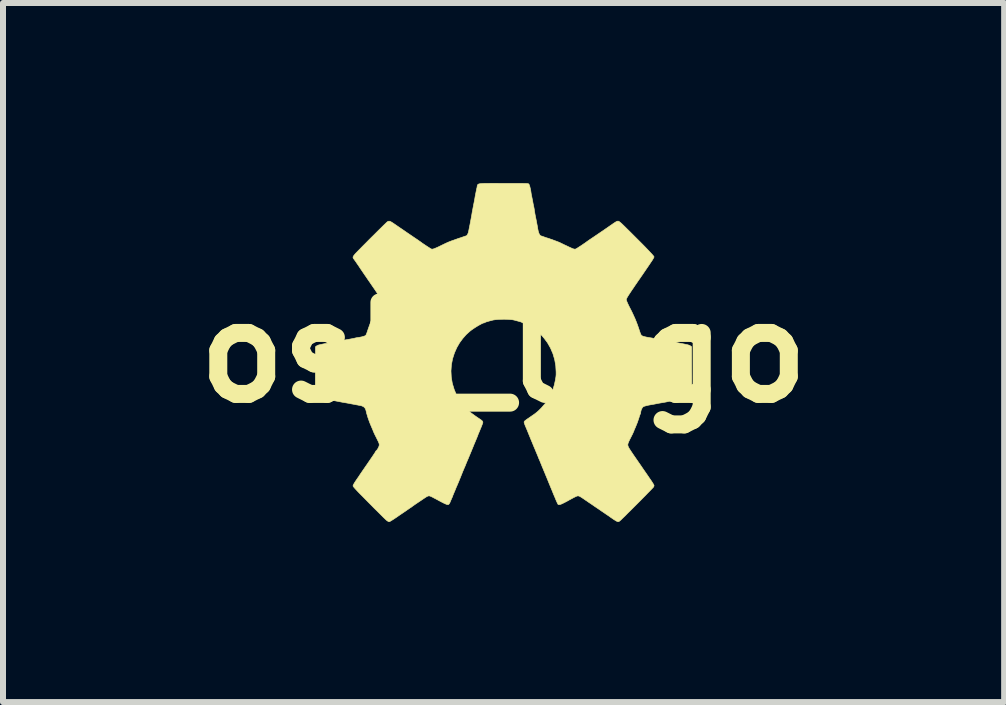
<source format=kicad_pcb>
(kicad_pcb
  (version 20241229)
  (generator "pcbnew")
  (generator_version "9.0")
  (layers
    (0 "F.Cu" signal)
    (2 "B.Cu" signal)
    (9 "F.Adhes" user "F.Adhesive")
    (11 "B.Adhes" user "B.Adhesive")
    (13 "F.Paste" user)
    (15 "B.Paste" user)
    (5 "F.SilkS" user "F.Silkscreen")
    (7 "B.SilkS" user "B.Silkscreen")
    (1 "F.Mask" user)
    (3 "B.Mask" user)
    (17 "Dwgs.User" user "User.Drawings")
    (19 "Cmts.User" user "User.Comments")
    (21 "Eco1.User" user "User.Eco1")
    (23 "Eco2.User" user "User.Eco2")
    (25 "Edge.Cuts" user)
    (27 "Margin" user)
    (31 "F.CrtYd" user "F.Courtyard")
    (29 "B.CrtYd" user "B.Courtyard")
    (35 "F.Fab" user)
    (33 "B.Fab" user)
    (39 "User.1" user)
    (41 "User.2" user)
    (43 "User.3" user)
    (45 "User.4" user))
  (footprint "osh_logo"
    (layer "F.Cu")
    (at 5.341 2.825)
    (property "Reference" "osh_logo" (at 0 0 0) (layer "F.SilkS") (effects (font (size 1.524 1.524) (thickness 0.3))))
    (attr through_hole)
    (fp_poly (pts (xy -0.133 -2.82) (xy -0.057 -2.819) (xy 0 -2.819) (xy 0.082 -2.819) (xy 0.153 -2.819) (xy 0.213 -2.819) (xy 0.263 -2.819) (xy 0.304 -2.819) (xy 0.336 -2.818) (xy 0.362 -2.818) (xy 0.382 -2.817) (xy 0.396 -2.816) (xy 0.407 -2.814) (xy 0.413 -2.813) (xy 0.418 -2.811) (xy 0.421 -2.808) (xy 0.422 -2.807) (xy 0.429 -2.794) (xy 0.437 -2.77) (xy 0.445 -2.738) (xy 0.453 -2.702) (xy 0.457 -2.673) (xy 0.461 -2.646) (xy 0.466 -2.617) (xy 0.469 -2.607) (xy 0.473 -2.585) (xy 0.479 -2.556) (xy 0.485 -2.526) (xy 0.486 -2.521) (xy 0.491 -2.491) (xy 0.497 -2.462) (xy 0.502 -2.438) (xy 0.503 -2.435) (xy 0.508 -2.409) (xy 0.513 -2.38) (xy 0.514 -2.369) (xy 0.517 -2.352) (xy 0.52 -2.334) (xy 0.523 -2.313) (xy 0.528 -2.287) (xy 0.535 -2.252) (xy 0.543 -2.213) (xy 0.555 -2.149) (xy 0.565 -2.098) (xy 0.571 -2.058) (xy 0.572 -2.054) (xy 0.579 -2.02) (xy 0.589 -1.989) (xy 0.601 -1.965) (xy 0.614 -1.949) (xy 0.626 -1.943) (xy 0.637 -1.941) (xy 0.654 -1.935) (xy 0.655 -1.934) (xy 0.673 -1.928) (xy 0.696 -1.919) (xy 0.718 -1.912) (xy 0.742 -1.905) (xy 0.763 -1.898) (xy 0.785 -1.89) (xy 0.812 -1.881) (xy 0.846 -1.868) (xy 0.854 -1.865) (xy 0.879 -1.856) (xy 0.899 -1.848) (xy 0.918 -1.841) (xy 0.937 -1.833) (xy 0.959 -1.822) (xy 0.986 -1.809) (xy 1.021 -1.792) (xy 1.041 -1.783) (xy 1.087 -1.761) (xy 1.122 -1.745) (xy 1.149 -1.733) (xy 1.17 -1.726) (xy 1.185 -1.723) (xy 1.197 -1.724) (xy 1.206 -1.727) (xy 1.207 -1.727) (xy 1.218 -1.734) (xy 1.236 -1.745) (xy 1.259 -1.76) (xy 1.284 -1.776) (xy 1.31 -1.793) (xy 1.334 -1.81) (xy 1.354 -1.823) (xy 1.367 -1.832) (xy 1.372 -1.836) (xy 1.378 -1.84) (xy 1.392 -1.851) (xy 1.414 -1.866) (xy 1.441 -1.885) (xy 1.467 -1.902) (xy 1.532 -1.946) (xy 1.588 -1.984) (xy 1.635 -2.016) (xy 1.675 -2.043) (xy 1.708 -2.066) (xy 1.736 -2.085) (xy 1.76 -2.102) (xy 1.78 -2.116) (xy 1.798 -2.128) (xy 1.815 -2.14) (xy 1.824 -2.147) (xy 1.855 -2.167) (xy 1.877 -2.181) (xy 1.894 -2.188) (xy 1.907 -2.19) (xy 1.907 -2.19) (xy 1.914 -2.189) (xy 1.922 -2.186) (xy 1.932 -2.179) (xy 1.946 -2.168) (xy 1.965 -2.152) (xy 1.989 -2.129) (xy 2.02 -2.099) (xy 2.054 -2.065) (xy 2.124 -1.996) (xy 2.19 -1.93) (xy 2.251 -1.869) (xy 2.307 -1.813) (xy 2.357 -1.762) (xy 2.4 -1.717) (xy 2.437 -1.678) (xy 2.467 -1.646) (xy 2.489 -1.621) (xy 2.503 -1.604) (xy 2.508 -1.595) (xy 2.508 -1.595) (xy 2.505 -1.585) (xy 2.495 -1.567) (xy 2.482 -1.544) (xy 2.468 -1.523) (xy 2.451 -1.498) (xy 2.429 -1.465) (xy 2.404 -1.428) (xy 2.378 -1.39) (xy 2.359 -1.362) (xy 2.335 -1.327) (xy 2.312 -1.293) (xy 2.291 -1.263) (xy 2.274 -1.238) (xy 2.263 -1.222) (xy 2.252 -1.207) (xy 2.235 -1.182) (xy 2.214 -1.151) (xy 2.189 -1.115) (xy 2.163 -1.076) (xy 2.14 -1.043) (xy 2.109 -0.996) (xy 2.084 -0.958) (xy 2.066 -0.929) (xy 2.054 -0.907) (xy 2.047 -0.892) (xy 2.045 -0.883) (xy 2.048 -0.87) (xy 2.056 -0.848) (xy 2.069 -0.818) (xy 2.086 -0.782) (xy 2.1 -0.754) (xy 2.136 -0.684) (xy 2.165 -0.622) (xy 2.191 -0.565) (xy 2.213 -0.511) (xy 2.233 -0.458) (xy 2.251 -0.406) (xy 2.264 -0.367) (xy 2.274 -0.337) (xy 2.282 -0.316) (xy 2.288 -0.302) (xy 2.294 -0.292) (xy 2.299 -0.286) (xy 2.305 -0.281) (xy 2.322 -0.273) (xy 2.349 -0.265) (xy 2.384 -0.257) (xy 2.424 -0.25) (xy 2.435 -0.248) (xy 2.462 -0.244) (xy 2.489 -0.239) (xy 2.502 -0.236) (xy 2.521 -0.232) (xy 2.548 -0.227) (xy 2.579 -0.221) (xy 2.591 -0.219) (xy 2.624 -0.213) (xy 2.658 -0.207) (xy 2.688 -0.202) (xy 2.696 -0.2) (xy 2.759 -0.188) (xy 2.81 -0.178) (xy 2.849 -0.172) (xy 2.854 -0.171) (xy 2.882 -0.167) (xy 2.918 -0.16) (xy 2.959 -0.152) (xy 3.001 -0.144) (xy 3.04 -0.136) (xy 3.071 -0.129) (xy 3.081 -0.126) (xy 3.101 -0.119) (xy 3.118 -0.109) (xy 3.119 -0.108) (xy 3.134 -0.096) (xy 3.135 0.31) (xy 3.136 0.395) (xy 3.136 0.468) (xy 3.137 0.53) (xy 3.136 0.582) (xy 3.136 0.626) (xy 3.135 0.661) (xy 3.133 0.688) (xy 3.13 0.709) (xy 3.126 0.725) (xy 3.121 0.736) (xy 3.115 0.744) (xy 3.107 0.748) (xy 3.098 0.751) (xy 3.087 0.753) (xy 3.074 0.754) (xy 3.065 0.756) (xy 3.035 0.761) (xy 3.003 0.767) (xy 2.98 0.772) (xy 2.956 0.777) (xy 2.936 0.78) (xy 2.924 0.781) (xy 2.909 0.783) (xy 2.888 0.787) (xy 2.872 0.79) (xy 2.847 0.796) (xy 2.816 0.803) (xy 2.785 0.809) (xy 2.784 0.809) (xy 2.754 0.814) (xy 2.722 0.821) (xy 2.696 0.826) (xy 2.696 0.826) (xy 2.668 0.831) (xy 2.64 0.836) (xy 2.626 0.838) (xy 2.603 0.842) (xy 2.574 0.847) (xy 2.546 0.853) (xy 2.515 0.859) (xy 2.482 0.865) (xy 2.457 0.869) (xy 2.41 0.878) (xy 2.374 0.887) (xy 2.348 0.894) (xy 2.33 0.902) (xy 2.32 0.91) (xy 2.307 0.929) (xy 2.295 0.954) (xy 2.288 0.98) (xy 2.286 0.995) (xy 2.283 1.013) (xy 2.277 1.028) (xy 2.271 1.043) (xy 2.263 1.065) (xy 2.258 1.083) (xy 2.231 1.163) (xy 2.197 1.247) (xy 2.19 1.262) (xy 2.181 1.283) (xy 2.174 1.3) (xy 2.172 1.308) (xy 2.172 1.308) (xy 2.169 1.316) (xy 2.161 1.332) (xy 2.15 1.357) (xy 2.135 1.386) (xy 2.12 1.416) (xy 2.101 1.453) (xy 2.088 1.481) (xy 2.079 1.502) (xy 2.074 1.517) (xy 2.071 1.529) (xy 2.071 1.54) (xy 2.072 1.545) (xy 2.073 1.554) (xy 2.077 1.564) (xy 2.082 1.577) (xy 2.091 1.593) (xy 2.104 1.614) (xy 2.121 1.64) (xy 2.143 1.673) (xy 2.17 1.713) (xy 2.204 1.762) (xy 2.237 1.81) (xy 2.289 1.885) (xy 2.334 1.951) (xy 2.373 2.007) (xy 2.406 2.055) (xy 2.433 2.095) (xy 2.456 2.128) (xy 2.474 2.155) (xy 2.487 2.176) (xy 2.497 2.192) (xy 2.503 2.204) (xy 2.507 2.211) (xy 2.508 2.216) (xy 2.508 2.216) (xy 2.505 2.229) (xy 2.5 2.24) (xy 2.494 2.247) (xy 2.48 2.262) (xy 2.459 2.284) (xy 2.432 2.312) (xy 2.399 2.345) (xy 2.363 2.383) (xy 2.323 2.423) (xy 2.281 2.466) (xy 2.238 2.509) (xy 2.194 2.553) (xy 2.15 2.597) (xy 2.109 2.638) (xy 2.069 2.677) (xy 2.034 2.713) (xy 2.002 2.744) (xy 1.976 2.769) (xy 1.957 2.788) (xy 1.944 2.799) (xy 1.942 2.801) (xy 1.932 2.809) (xy 1.924 2.815) (xy 1.915 2.818) (xy 1.905 2.818) (xy 1.893 2.814) (xy 1.876 2.806) (xy 1.855 2.793) (xy 1.827 2.775) (xy 1.791 2.75) (xy 1.747 2.719) (xy 1.737 2.712) (xy 1.707 2.692) (xy 1.674 2.669) (xy 1.644 2.649) (xy 1.638 2.645) (xy 1.617 2.63) (xy 1.589 2.611) (xy 1.555 2.588) (xy 1.519 2.564) (xy 1.489 2.543) (xy 1.454 2.519) (xy 1.418 2.495) (xy 1.385 2.472) (xy 1.358 2.454) (xy 1.341 2.442) (xy 1.307 2.419) (xy 1.281 2.403) (xy 1.262 2.393) (xy 1.247 2.389) (xy 1.239 2.388) (xy 1.226 2.391) (xy 1.207 2.398) (xy 1.183 2.41) (xy 1.172 2.415) (xy 1.143 2.431) (xy 1.113 2.447) (xy 1.087 2.461) (xy 1.083 2.464) (xy 1.038 2.488) (xy 1.003 2.506) (xy 0.976 2.519) (xy 0.955 2.528) (xy 0.938 2.533) (xy 0.925 2.534) (xy 0.919 2.534) (xy 0.916 2.534) (xy 0.913 2.533) (xy 0.91 2.531) (xy 0.906 2.526) (xy 0.902 2.518) (xy 0.896 2.506) (xy 0.888 2.489) (xy 0.878 2.467) (xy 0.866 2.438) (xy 0.851 2.402) (xy 0.832 2.358) (xy 0.811 2.305) (xy 0.785 2.243) (xy 0.755 2.17) (xy 0.734 2.118) (xy 0.716 2.074) (xy 0.699 2.034) (xy 0.685 1.999) (xy 0.673 1.971) (xy 0.665 1.951) (xy 0.66 1.94) (xy 0.66 1.94) (xy 0.656 1.929) (xy 0.647 1.909) (xy 0.637 1.884) (xy 0.632 1.87) (xy 0.62 1.842) (xy 0.61 1.817) (xy 0.602 1.797) (xy 0.599 1.791) (xy 0.584 1.757) (xy 0.573 1.728) (xy 0.562 1.702) (xy 0.553 1.68) (xy 0.542 1.654) (xy 0.533 1.632) (xy 0.524 1.61) (xy 0.511 1.58) (xy 0.497 1.546) (xy 0.483 1.512) (xy 0.483 1.511) (xy 0.47 1.481) (xy 0.459 1.454) (xy 0.45 1.433) (xy 0.445 1.42) (xy 0.445 1.419) (xy 0.44 1.408) (xy 0.432 1.388) (xy 0.422 1.364) (xy 0.419 1.356) (xy 0.407 1.327) (xy 0.393 1.292) (xy 0.378 1.257) (xy 0.371 1.24) (xy 0.359 1.212) (xy 0.35 1.187) (xy 0.344 1.168) (xy 0.343 1.159) (xy 0.345 1.15) (xy 0.353 1.14) (xy 0.369 1.127) (xy 0.393 1.109) (xy 0.395 1.108) (xy 0.442 1.076) (xy 0.479 1.05) (xy 0.51 1.029) (xy 0.535 1.01) (xy 0.556 0.993) (xy 0.575 0.977) (xy 0.594 0.959) (xy 0.614 0.939) (xy 0.63 0.923) (xy 0.69 0.854) (xy 0.743 0.779) (xy 0.788 0.699) (xy 0.823 0.617) (xy 0.847 0.537) (xy 0.857 0.49) (xy 0.865 0.452) (xy 0.87 0.421) (xy 0.874 0.394) (xy 0.876 0.366) (xy 0.876 0.337) (xy 0.876 0.323) (xy 0.87 0.219) (xy 0.852 0.117) (xy 0.823 0.019) (xy 0.782 -0.076) (xy 0.732 -0.164) (xy 0.678 -0.236) (xy 0.643 -0.278) (xy 0.61 -0.312) (xy 0.576 -0.343) (xy 0.539 -0.373) (xy 0.495 -0.404) (xy 0.483 -0.413) (xy 0.46 -0.427) (xy 0.433 -0.443) (xy 0.404 -0.458) (xy 0.376 -0.473) (xy 0.351 -0.485) (xy 0.332 -0.493) (xy 0.322 -0.495) (xy 0.31 -0.499) (xy 0.307 -0.502) (xy 0.298 -0.507) (xy 0.281 -0.513) (xy 0.263 -0.518) (xy 0.237 -0.525) (xy 0.206 -0.533) (xy 0.178 -0.541) (xy 0.147 -0.547) (xy 0.106 -0.551) (xy 0.059 -0.554) (xy 0.009 -0.555) (xy -0.042 -0.554) (xy -0.091 -0.552) (xy -0.134 -0.548) (xy -0.168 -0.543) (xy -0.178 -0.541) (xy -0.208 -0.533) (xy -0.239 -0.525) (xy -0.263 -0.518) (xy -0.284 -0.512) (xy -0.301 -0.506) (xy -0.307 -0.502) (xy -0.319 -0.496) (xy -0.322 -0.495) (xy -0.338 -0.492) (xy -0.361 -0.482) (xy -0.391 -0.466) (xy -0.425 -0.447) (xy -0.461 -0.425) (xy -0.498 -0.401) (xy -0.534 -0.376) (xy -0.562 -0.354) (xy -0.623 -0.299) (xy -0.68 -0.234) (xy -0.733 -0.162) (xy -0.778 -0.084) (xy -0.814 -0.003) (xy -0.816 -0.000298) (xy -0.849 0.102) (xy -0.869 0.205) (xy -0.876 0.308) (xy -0.871 0.41) (xy -0.854 0.512) (xy -0.823 0.614) (xy -0.788 0.699) (xy -0.747 0.774) (xy -0.696 0.848) (xy -0.637 0.916) (xy -0.63 0.923) (xy -0.605 0.948) (xy -0.583 0.97) (xy -0.56 0.989) (xy -0.537 1.009) (xy -0.509 1.029) (xy -0.476 1.053) (xy -0.436 1.081) (xy -0.406 1.101) (xy -0.378 1.12) (xy -0.359 1.135) (xy -0.349 1.148) (xy -0.345 1.159) (xy -0.346 1.172) (xy -0.349 1.18) (xy -0.355 1.197) (xy -0.365 1.223) (xy -0.377 1.253) (xy -0.39 1.284) (xy -0.401 1.311) (xy -0.409 1.33) (xy -0.418 1.35) (xy -0.426 1.371) (xy -0.426 1.372) (xy -0.434 1.393) (xy -0.442 1.413) (xy -0.442 1.413) (xy -0.449 1.43) (xy -0.46 1.456) (xy -0.474 1.49) (xy -0.49 1.527) (xy -0.506 1.567) (xy -0.522 1.606) (xy -0.537 1.643) (xy -0.545 1.661) (xy -0.56 1.698) (xy -0.572 1.727) (xy -0.581 1.748) (xy -0.588 1.766) (xy -0.595 1.782) (xy -0.599 1.791) (xy -0.606 1.807) (xy -0.616 1.831) (xy -0.627 1.857) (xy -0.629 1.864) (xy -0.641 1.893) (xy -0.654 1.922) (xy -0.664 1.947) (xy -0.665 1.949) (xy -0.677 1.976) (xy -0.689 2.006) (xy -0.695 2.022) (xy -0.705 2.046) (xy -0.717 2.077) (xy -0.732 2.113) (xy -0.746 2.148) (xy -0.759 2.179) (xy -0.77 2.203) (xy -0.771 2.207) (xy -0.777 2.221) (xy -0.787 2.243) (xy -0.798 2.27) (xy -0.803 2.283) (xy -0.814 2.31) (xy -0.825 2.335) (xy -0.833 2.354) (xy -0.835 2.36) (xy -0.842 2.375) (xy -0.845 2.384) (xy -0.845 2.384) (xy -0.847 2.392) (xy -0.853 2.407) (xy -0.86 2.421) (xy -0.871 2.447) (xy -0.884 2.476) (xy -0.889 2.49) (xy -0.9 2.513) (xy -0.912 2.528) (xy -0.917 2.532) (xy -0.926 2.534) (xy -0.937 2.533) (xy -0.952 2.529) (xy -0.973 2.52) (xy -1.001 2.507) (xy -1.038 2.488) (xy -1.07 2.471) (xy -1.103 2.453) (xy -1.135 2.436) (xy -1.164 2.421) (xy -1.186 2.409) (xy -1.186 2.409) (xy -1.209 2.398) (xy -1.23 2.39) (xy -1.245 2.388) (xy -1.261 2.392) (xy -1.285 2.404) (xy -1.317 2.425) (xy -1.319 2.426) (xy -1.347 2.445) (xy -1.381 2.468) (xy -1.417 2.492) (xy -1.448 2.513) (xy -1.475 2.531) (xy -1.497 2.547) (xy -1.514 2.559) (xy -1.523 2.565) (xy -1.524 2.566) (xy -1.531 2.572) (xy -1.544 2.581) (xy -1.553 2.586) (xy -1.57 2.598) (xy -1.593 2.614) (xy -1.618 2.631) (xy -1.626 2.637) (xy -1.688 2.679) (xy -1.741 2.715) (xy -1.784 2.745) (xy -1.82 2.769) (xy -1.849 2.788) (xy -1.871 2.801) (xy -1.887 2.811) (xy -1.899 2.817) (xy -1.906 2.819) (xy -1.908 2.819) (xy -1.92 2.815) (xy -1.937 2.805) (xy -1.949 2.796) (xy -1.959 2.787) (xy -1.977 2.77) (xy -2.002 2.746) (xy -2.033 2.715) (xy -2.069 2.679) (xy -2.11 2.638) (xy -2.155 2.594) (xy -2.202 2.546) (xy -2.243 2.505) (xy -2.301 2.446) (xy -2.35 2.396) (xy -2.392 2.354) (xy -2.426 2.319) (xy -2.453 2.29) (xy -2.474 2.267) (xy -2.49 2.249) (xy -2.5 2.236) (xy -2.506 2.227) (xy -2.508 2.222) (xy -2.508 2.222) (xy -2.505 2.209) (xy -2.495 2.19) (xy -2.481 2.166) (xy -2.474 2.155) (xy -2.441 2.106) (xy -2.413 2.066) (xy -2.391 2.032) (xy -2.371 2.003) (xy -2.354 1.978) (xy -2.337 1.953) (xy -2.32 1.929) (xy -2.302 1.902) (xy -2.28 1.871) (xy -2.255 1.834) (xy -2.224 1.789) (xy -2.205 1.761) (xy -2.183 1.729) (xy -2.164 1.7) (xy -2.148 1.677) (xy -2.138 1.66) (xy -2.134 1.652) (xy -2.134 1.652) (xy -2.129 1.643) (xy -2.126 1.64) (xy -2.112 1.627) (xy -2.097 1.606) (xy -2.084 1.581) (xy -2.074 1.558) (xy -2.072 1.546) (xy -2.071 1.535) (xy -2.072 1.523) (xy -2.076 1.51) (xy -2.083 1.492) (xy -2.094 1.469) (xy -2.11 1.437) (xy -2.12 1.416) (xy -2.137 1.383) (xy -2.151 1.354) (xy -2.162 1.33) (xy -2.169 1.314) (xy -2.172 1.308) (xy -2.174 1.3) (xy -2.181 1.283) (xy -2.19 1.263) (xy -2.19 1.262) (xy -2.201 1.237) (xy -2.212 1.211) (xy -2.224 1.182) (xy -2.238 1.146) (xy -2.239 1.143) (xy -2.25 1.112) (xy -2.262 1.077) (xy -2.272 1.043) (xy -2.281 1.013) (xy -2.286 0.991) (xy -2.286 0.991) (xy -2.296 0.951) (xy -2.311 0.922) (xy -2.333 0.902) (xy -2.362 0.889) (xy -2.384 0.883) (xy -2.409 0.879) (xy -2.438 0.873) (xy -2.457 0.87) (xy -2.486 0.864) (xy -2.519 0.858) (xy -2.546 0.853) (xy -2.575 0.847) (xy -2.604 0.842) (xy -2.626 0.838) (xy -2.651 0.834) (xy -2.68 0.829) (xy -2.696 0.826) (xy -2.721 0.821) (xy -2.753 0.815) (xy -2.784 0.809) (xy -2.784 0.809) (xy -2.815 0.803) (xy -2.846 0.796) (xy -2.871 0.79) (xy -2.872 0.79) (xy -2.895 0.785) (xy -2.915 0.782) (xy -2.924 0.781) (xy -2.939 0.78) (xy -2.961 0.776) (xy -2.98 0.772) (xy -3.008 0.766) (xy -3.041 0.76) (xy -3.065 0.756) (xy -3.08 0.754) (xy -3.092 0.752) (xy -3.102 0.75) (xy -3.111 0.747) (xy -3.118 0.741) (xy -3.123 0.733) (xy -3.128 0.72) (xy -3.131 0.702) (xy -3.134 0.678) (xy -3.135 0.648) (xy -3.136 0.61) (xy -3.137 0.563) (xy -3.136 0.507) (xy -3.136 0.441) (xy -3.136 0.363) (xy -3.135 0.31) (xy -3.134 -0.096) (xy -3.119 -0.108) (xy -3.102 -0.118) (xy -3.082 -0.126) (xy -3.081 -0.126) (xy -3.053 -0.133) (xy -3.016 -0.141) (xy -2.975 -0.149) (xy -2.934 -0.157) (xy -2.895 -0.164) (xy -2.864 -0.17) (xy -2.854 -0.171) (xy -2.824 -0.176) (xy -2.785 -0.183) (xy -2.736 -0.192) (xy -2.696 -0.2) (xy -2.669 -0.205) (xy -2.635 -0.211) (xy -2.6 -0.217) (xy -2.588 -0.219) (xy -2.556 -0.225) (xy -2.524 -0.231) (xy -2.498 -0.236) (xy -2.489 -0.238) (xy -2.464 -0.244) (xy -2.439 -0.249) (xy -2.429 -0.25) (xy -2.398 -0.255) (xy -2.366 -0.261) (xy -2.338 -0.269) (xy -2.315 -0.276) (xy -2.304 -0.282) (xy -2.299 -0.286) (xy -2.293 -0.292) (xy -2.288 -0.302) (xy -2.282 -0.316) (xy -2.274 -0.338) (xy -2.264 -0.368) (xy -2.251 -0.406) (xy -2.231 -0.462) (xy -2.211 -0.516) (xy -2.189 -0.57) (xy -2.163 -0.627) (xy -2.133 -0.69) (xy -2.1 -0.754) (xy -2.083 -0.789) (xy -2.068 -0.82) (xy -2.056 -0.847) (xy -2.048 -0.866) (xy -2.045 -0.876) (xy -2.045 -0.876) (xy -2.046 -0.884) (xy -2.049 -0.895) (xy -2.055 -0.908) (xy -2.064 -0.925) (xy -2.078 -0.948) (xy -2.096 -0.976) (xy -2.119 -1.011) (xy -2.148 -1.054) (xy -2.184 -1.106) (xy -2.205 -1.137) (xy -2.219 -1.157) (xy -2.23 -1.174) (xy -2.237 -1.183) (xy -2.247 -1.198) (xy -2.255 -1.209) (xy -2.261 -1.218) (xy -2.273 -1.236) (xy -2.29 -1.261) (xy -2.311 -1.291) (xy -2.335 -1.326) (xy -2.353 -1.353) (xy -2.388 -1.404) (xy -2.416 -1.447) (xy -2.44 -1.481) (xy -2.458 -1.508) (xy -2.472 -1.528) (xy -2.484 -1.544) (xy -2.492 -1.556) (xy -2.497 -1.561) (xy -2.504 -1.572) (xy -2.508 -1.582) (xy -2.507 -1.594) (xy -2.501 -1.607) (xy -2.489 -1.624) (xy -2.471 -1.646) (xy -2.444 -1.674) (xy -2.415 -1.704) (xy -2.391 -1.728) (xy -2.361 -1.759) (xy -2.326 -1.794) (xy -2.287 -1.833) (xy -2.246 -1.875) (xy -2.203 -1.918) (xy -2.159 -1.961) (xy -2.117 -2.003) (xy -2.076 -2.044) (xy -2.039 -2.08) (xy -2.006 -2.113) (xy -1.979 -2.139) (xy -1.958 -2.159) (xy -1.948 -2.169) (xy -1.932 -2.182) (xy -1.918 -2.188) (xy -1.902 -2.189) (xy -1.883 -2.183) (xy -1.859 -2.169) (xy -1.827 -2.148) (xy -1.827 -2.148) (xy -1.75 -2.095) (xy -1.675 -2.044) (xy -1.604 -1.995) (xy -1.539 -1.951) (xy -1.482 -1.912) (xy -1.467 -1.902) (xy -1.437 -1.882) (xy -1.41 -1.863) (xy -1.39 -1.849) (xy -1.376 -1.839) (xy -1.372 -1.836) (xy -1.365 -1.831) (xy -1.35 -1.82) (xy -1.329 -1.806) (xy -1.305 -1.79) (xy -1.278 -1.772) (xy -1.253 -1.756) (xy -1.231 -1.742) (xy -1.215 -1.732) (xy -1.207 -1.727) (xy -1.198 -1.724) (xy -1.186 -1.723) (xy -1.171 -1.726) (xy -1.151 -1.733) (xy -1.124 -1.744) (xy -1.09 -1.759) (xy -1.045 -1.781) (xy -1.041 -1.783) (xy -1.002 -1.802) (xy -0.971 -1.817) (xy -0.947 -1.828) (xy -0.927 -1.837) (xy -0.908 -1.845) (xy -0.889 -1.852) (xy -0.867 -1.861) (xy -0.854 -1.865) (xy -0.818 -1.878) (xy -0.79 -1.888) (xy -0.768 -1.896) (xy -0.747 -1.903) (xy -0.723 -1.911) (xy -0.718 -1.912) (xy -0.693 -1.921) (xy -0.67 -1.929) (xy -0.655 -1.934) (xy -0.639 -1.94) (xy -0.627 -1.943) (xy -0.626 -1.943) (xy -0.613 -1.949) (xy -0.601 -1.966) (xy -0.589 -1.993) (xy -0.581 -2.024) (xy -0.571 -2.076) (xy -0.56 -2.13) (xy -0.55 -2.183) (xy -0.541 -2.231) (xy -0.534 -2.271) (xy -0.533 -2.273) (xy -0.529 -2.298) (xy -0.524 -2.328) (xy -0.519 -2.356) (xy -0.513 -2.387) (xy -0.507 -2.42) (xy -0.502 -2.445) (xy -0.497 -2.472) (xy -0.491 -2.501) (xy -0.488 -2.517) (xy -0.483 -2.542) (xy -0.478 -2.571) (xy -0.476 -2.584) (xy -0.47 -2.619) (xy -0.461 -2.663) (xy -0.45 -2.718) (xy -0.442 -2.752) (xy -0.44 -2.765) (xy -0.438 -2.777) (xy -0.436 -2.786) (xy -0.432 -2.795) (xy -0.427 -2.801) (xy -0.418 -2.807) (xy -0.406 -2.811) (xy -0.389 -2.814) (xy -0.366 -2.816) (xy -0.336 -2.818) (xy -0.299 -2.819) (xy -0.253 -2.819) (xy -0.198 -2.82) (xy -0.133 -2.82)) (stroke (width 0.01) (type solid)) (fill yes) (layer "F.SilkS")))
  (gr_rect
    (start -3 -3)
    (end 13.683 8.649)
    (stroke (width 0.1) (type default))
    (fill no)
    (layer "Edge.Cuts")))
</source>
